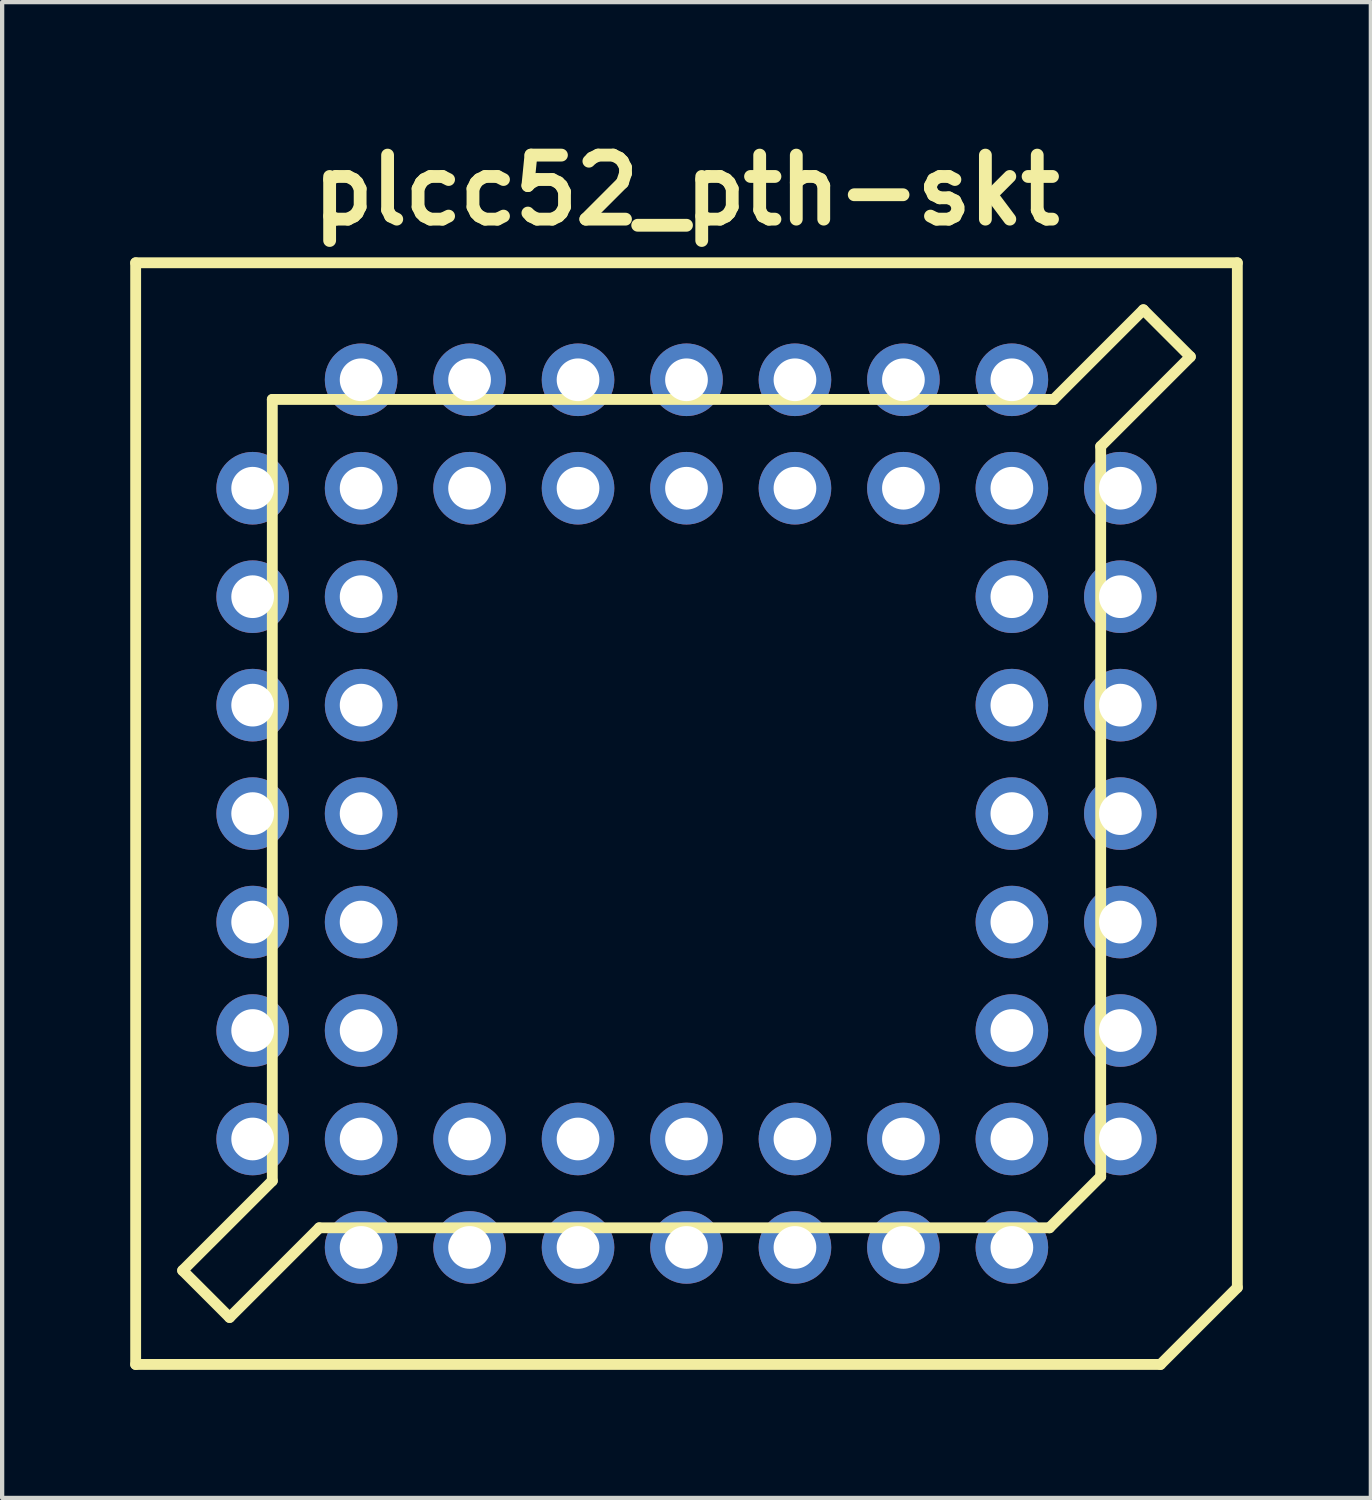
<source format=kicad_pcb>
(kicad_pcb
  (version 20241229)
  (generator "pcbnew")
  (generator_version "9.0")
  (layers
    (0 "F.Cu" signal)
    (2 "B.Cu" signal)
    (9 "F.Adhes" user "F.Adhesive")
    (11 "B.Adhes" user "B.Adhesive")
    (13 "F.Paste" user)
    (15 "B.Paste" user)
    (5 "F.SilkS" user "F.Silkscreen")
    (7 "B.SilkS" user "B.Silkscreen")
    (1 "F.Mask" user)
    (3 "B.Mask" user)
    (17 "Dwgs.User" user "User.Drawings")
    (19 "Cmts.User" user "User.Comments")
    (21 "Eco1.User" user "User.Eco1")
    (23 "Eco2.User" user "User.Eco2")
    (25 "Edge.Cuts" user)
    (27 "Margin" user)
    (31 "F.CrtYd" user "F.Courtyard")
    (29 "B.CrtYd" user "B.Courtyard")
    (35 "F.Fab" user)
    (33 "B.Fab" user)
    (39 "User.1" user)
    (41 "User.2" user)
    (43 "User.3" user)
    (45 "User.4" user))
  (footprint "plcc52_pth-skt"
    (layer "F.Cu")
    (at 13.027 16.004)
    (property "Reference" "plcc52_pth-skt" (at 0 -14.6 0) (layer "F.SilkS") (effects (font (size 1.5 1.5) (thickness 0.3))))
    (attr through_hole)
    (fp_line (start -12.9 -12.9) (end -12.9 12.9) (stroke (width 0.254) (type solid)) (layer "F.SilkS"))
    (fp_line (start -12.9 12.9) (end 11.1 12.9) (stroke (width 0.254) (type solid)) (layer "F.SilkS"))
    (fp_line (start -11.8 10.7) (end -10.7 11.8) (stroke (width 0.254) (type solid)) (layer "F.SilkS"))
    (fp_line (start -10.7 11.8) (end -8.6 9.7) (stroke (width 0.254) (type solid)) (layer "F.SilkS"))
    (fp_line (start -9.7 -9.7) (end -9.7 8.6) (stroke (width 0.254) (type solid)) (layer "F.SilkS"))
    (fp_line (start -9.7 -9.7) (end 8.6 -9.7) (stroke (width 0.254) (type solid)) (layer "F.SilkS"))
    (fp_line (start -9.7 8.6) (end -11.8 10.7) (stroke (width 0.254) (type solid)) (layer "F.SilkS"))
    (fp_line (start -8.6 9.7) (end 8.5 9.7) (stroke (width 0.254) (type solid)) (layer "F.SilkS"))
    (fp_line (start 8.5 9.7) (end 9.7 8.5) (stroke (width 0.254) (type solid)) (layer "F.SilkS"))
    (fp_line (start 8.6 -9.7) (end 10.7 -11.8) (stroke (width 0.254) (type solid)) (layer "F.SilkS"))
    (fp_line (start 9.7 -8.6) (end 9.7 8.5) (stroke (width 0.254) (type solid)) (layer "F.SilkS"))
    (fp_line (start 10.7 -11.8) (end 11.8 -10.7) (stroke (width 0.254) (type solid)) (layer "F.SilkS"))
    (fp_line (start 11.1 12.9) (end 12.9 11.1) (stroke (width 0.254) (type solid)) (layer "F.SilkS"))
    (fp_line (start 11.8 -10.7) (end 9.7 -8.6) (stroke (width 0.254) (type solid)) (layer "F.SilkS"))
    (fp_line (start 12.9 -12.9) (end -12.9 -12.9) (stroke (width 0.254) (type solid)) (layer "F.SilkS"))
    (fp_line (start 12.9 11.1) (end 12.9 -12.9) (stroke (width 0.254) (type solid)) (layer "F.SilkS"))
    (pad "1" thru_hole circle (at 0 10.16) (size 1.7 1.7) (drill 1) (layers "*.Cu" "*.Mask"))
    (pad "2" thru_hole circle (at 0 7.62) (size 1.7 1.7) (drill 1) (layers "*.Cu" "*.Mask"))
    (pad "3" thru_hole circle (at 2.54 10.16) (size 1.7 1.7) (drill 1) (layers "*.Cu" "*.Mask"))
    (pad "4" thru_hole circle (at 2.54 7.62) (size 1.7 1.7) (drill 1) (layers "*.Cu" "*.Mask"))
    (pad "5" thru_hole circle (at 5.08 10.16) (size 1.7 1.7) (drill 1) (layers "*.Cu" "*.Mask"))
    (pad "6" thru_hole circle (at 5.08 7.62) (size 1.7 1.7) (drill 1) (layers "*.Cu" "*.Mask"))
    (pad "7" thru_hole circle (at 7.62 10.16) (size 1.7 1.7) (drill 1) (layers "*.Cu" "*.Mask"))
    (pad "8" thru_hole circle (at 10.16 7.62) (size 1.7 1.7) (drill 1) (layers "*.Cu" "*.Mask"))
    (pad "9" thru_hole circle (at 7.62 7.62) (size 1.7 1.7) (drill 1) (layers "*.Cu" "*.Mask"))
    (pad "10" thru_hole circle (at 10.16 5.08) (size 1.7 1.7) (drill 1) (layers "*.Cu" "*.Mask"))
    (pad "11" thru_hole circle (at 7.62 5.08) (size 1.7 1.7) (drill 1) (layers "*.Cu" "*.Mask"))
    (pad "12" thru_hole circle (at 10.16 2.54) (size 1.7 1.7) (drill 1) (layers "*.Cu" "*.Mask"))
    (pad "13" thru_hole circle (at 7.62 2.54) (size 1.7 1.7) (drill 1) (layers "*.Cu" "*.Mask"))
    (pad "14" thru_hole circle (at 10.16 0) (size 1.7 1.7) (drill 1) (layers "*.Cu" "*.Mask"))
    (pad "15" thru_hole circle (at 7.62 0) (size 1.7 1.7) (drill 1) (layers "*.Cu" "*.Mask"))
    (pad "16" thru_hole circle (at 10.16 -2.54) (size 1.7 1.7) (drill 1) (layers "*.Cu" "*.Mask"))
    (pad "17" thru_hole circle (at 7.62 -2.54) (size 1.7 1.7) (drill 1) (layers "*.Cu" "*.Mask"))
    (pad "18" thru_hole circle (at 10.16 -5.08) (size 1.7 1.7) (drill 1) (layers "*.Cu" "*.Mask"))
    (pad "19" thru_hole circle (at 7.62 -5.08) (size 1.7 1.7) (drill 1) (layers "*.Cu" "*.Mask"))
    (pad "20" thru_hole circle (at 10.16 -7.62) (size 1.7 1.7) (drill 1) (layers "*.Cu" "*.Mask"))
    (pad "21" thru_hole circle (at 7.62 -10.16) (size 1.7 1.7) (drill 1) (layers "*.Cu" "*.Mask"))
    (pad "22" thru_hole circle (at 7.62 -7.62) (size 1.7 1.7) (drill 1) (layers "*.Cu" "*.Mask"))
    (pad "23" thru_hole circle (at 5.08 -10.16) (size 1.7 1.7) (drill 1) (layers "*.Cu" "*.Mask"))
    (pad "24" thru_hole circle (at 5.08 -7.62) (size 1.7 1.7) (drill 1) (layers "*.Cu" "*.Mask"))
    (pad "25" thru_hole circle (at 2.54 -10.16) (size 1.7 1.7) (drill 1) (layers "*.Cu" "*.Mask"))
    (pad "26" thru_hole circle (at 2.54 -7.62) (size 1.7 1.7) (drill 1) (layers "*.Cu" "*.Mask"))
    (pad "27" thru_hole circle (at 0 -10.16) (size 1.7 1.7) (drill 1) (layers "*.Cu" "*.Mask"))
    (pad "28" thru_hole circle (at 0 -7.62) (size 1.7 1.7) (drill 1) (layers "*.Cu" "*.Mask"))
    (pad "29" thru_hole circle (at -2.54 -10.16) (size 1.7 1.7) (drill 1) (layers "*.Cu" "*.Mask"))
    (pad "30" thru_hole circle (at -2.54 -7.62) (size 1.7 1.7) (drill 1) (layers "*.Cu" "*.Mask"))
    (pad "31" thru_hole circle (at -5.08 -10.16) (size 1.7 1.7) (drill 1) (layers "*.Cu" "*.Mask"))
    (pad "32" thru_hole circle (at -5.08 -7.62) (size 1.7 1.7) (drill 1) (layers "*.Cu" "*.Mask"))
    (pad "33" thru_hole circle (at -7.62 -10.16) (size 1.7 1.7) (drill 1) (layers "*.Cu" "*.Mask"))
    (pad "34" thru_hole circle (at -10.16 -7.62) (size 1.7 1.7) (drill 1) (layers "*.Cu" "*.Mask"))
    (pad "35" thru_hole circle (at -7.62 -7.62) (size 1.7 1.7) (drill 1) (layers "*.Cu" "*.Mask"))
    (pad "36" thru_hole circle (at -10.16 -5.08) (size 1.7 1.7) (drill 1) (layers "*.Cu" "*.Mask"))
    (pad "37" thru_hole circle (at -7.62 -5.08) (size 1.7 1.7) (drill 1) (layers "*.Cu" "*.Mask"))
    (pad "38" thru_hole circle (at -10.16 -2.54) (size 1.7 1.7) (drill 1) (layers "*.Cu" "*.Mask"))
    (pad "39" thru_hole circle (at -7.62 -2.54) (size 1.7 1.7) (drill 1) (layers "*.Cu" "*.Mask"))
    (pad "40" thru_hole circle (at -10.16 0) (size 1.7 1.7) (drill 1) (layers "*.Cu" "*.Mask"))
    (pad "41" thru_hole circle (at -7.62 0) (size 1.7 1.7) (drill 1) (layers "*.Cu" "*.Mask"))
    (pad "42" thru_hole circle (at -10.16 2.54) (size 1.7 1.7) (drill 1) (layers "*.Cu" "*.Mask"))
    (pad "43" thru_hole circle (at -7.62 2.54) (size 1.7 1.7) (drill 1) (layers "*.Cu" "*.Mask"))
    (pad "44" thru_hole circle (at -10.16 5.08) (size 1.7 1.7) (drill 1) (layers "*.Cu" "*.Mask"))
    (pad "45" thru_hole circle (at -7.62 5.08) (size 1.7 1.7) (drill 1) (layers "*.Cu" "*.Mask"))
    (pad "46" thru_hole circle (at -10.16 7.62) (size 1.7 1.7) (drill 1) (layers "*.Cu" "*.Mask"))
    (pad "47" thru_hole circle (at -7.62 10.16) (size 1.7 1.7) (drill 1) (layers "*.Cu" "*.Mask"))
    (pad "48" thru_hole circle (at -7.62 7.62) (size 1.7 1.7) (drill 1) (layers "*.Cu" "*.Mask"))
    (pad "49" thru_hole circle (at -5.08 10.16) (size 1.7 1.7) (drill 1) (layers "*.Cu" "*.Mask"))
    (pad "50" thru_hole circle (at -5.08 7.62) (size 1.7 1.7) (drill 1) (layers "*.Cu" "*.Mask"))
    (pad "51" thru_hole circle (at -2.54 10.16) (size 1.7 1.7) (drill 1) (layers "*.Cu" "*.Mask"))
    (pad "52" thru_hole circle (at -2.54 7.62) (size 1.7 1.7) (drill 1) (layers "*.Cu" "*.Mask")))
  (gr_rect
    (start -3 -3)
    (end 29.054 32.031)
    (stroke (width 0.1) (type default))
    (fill no)
    (layer "Edge.Cuts")))
</source>
